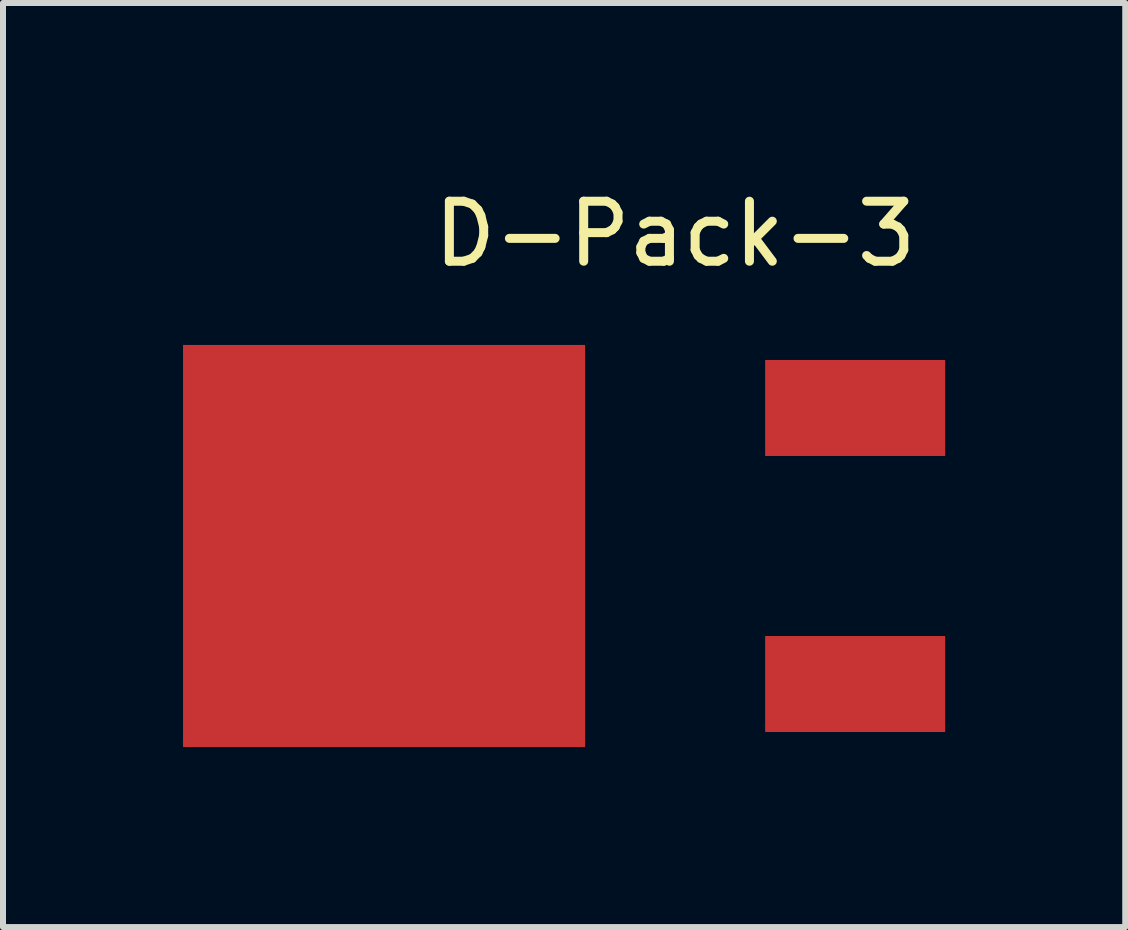
<source format=kicad_pcb>
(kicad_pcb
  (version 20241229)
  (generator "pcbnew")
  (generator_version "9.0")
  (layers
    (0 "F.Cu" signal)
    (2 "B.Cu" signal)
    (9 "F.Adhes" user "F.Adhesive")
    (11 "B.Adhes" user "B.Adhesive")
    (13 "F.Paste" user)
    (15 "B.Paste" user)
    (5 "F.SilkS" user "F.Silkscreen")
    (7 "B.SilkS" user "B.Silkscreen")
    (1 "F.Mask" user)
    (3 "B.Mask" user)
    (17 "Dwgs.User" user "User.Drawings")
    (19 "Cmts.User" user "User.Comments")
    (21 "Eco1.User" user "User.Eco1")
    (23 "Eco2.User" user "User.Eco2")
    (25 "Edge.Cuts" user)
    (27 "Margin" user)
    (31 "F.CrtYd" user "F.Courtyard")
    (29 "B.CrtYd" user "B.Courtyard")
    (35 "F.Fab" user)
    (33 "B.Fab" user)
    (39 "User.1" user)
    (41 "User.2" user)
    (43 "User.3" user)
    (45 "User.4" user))
  (footprint "D-Pack-3"
    (layer "F.Cu")
    (at 8.2 6.048)
    (property "Reference" "D-Pack-3" (at 0 -5.2 0) (layer "F.SilkS") (effects (font (size 1 1) (thickness 0.15))))
    (attr through_hole)
    (pad "" smd rect (at 3 2.3) (size 3 1.6) (layers "F.Cu" "F.Mask" "F.Paste"))
    (pad "1" smd rect (at 3 -2.3) (size 3 1.6) (layers "F.Cu" "F.Mask" "F.Paste"))
    (pad "2" smd rect (at -4.85 0) (size 6.7 6.7) (layers "F.Cu" "F.Mask" "F.Paste")))
  (gr_rect
    (start -3 -3)
    (end 15.7 12.398)
    (stroke (width 0.1) (type default))
    (fill no)
    (layer "Edge.Cuts")))
</source>
